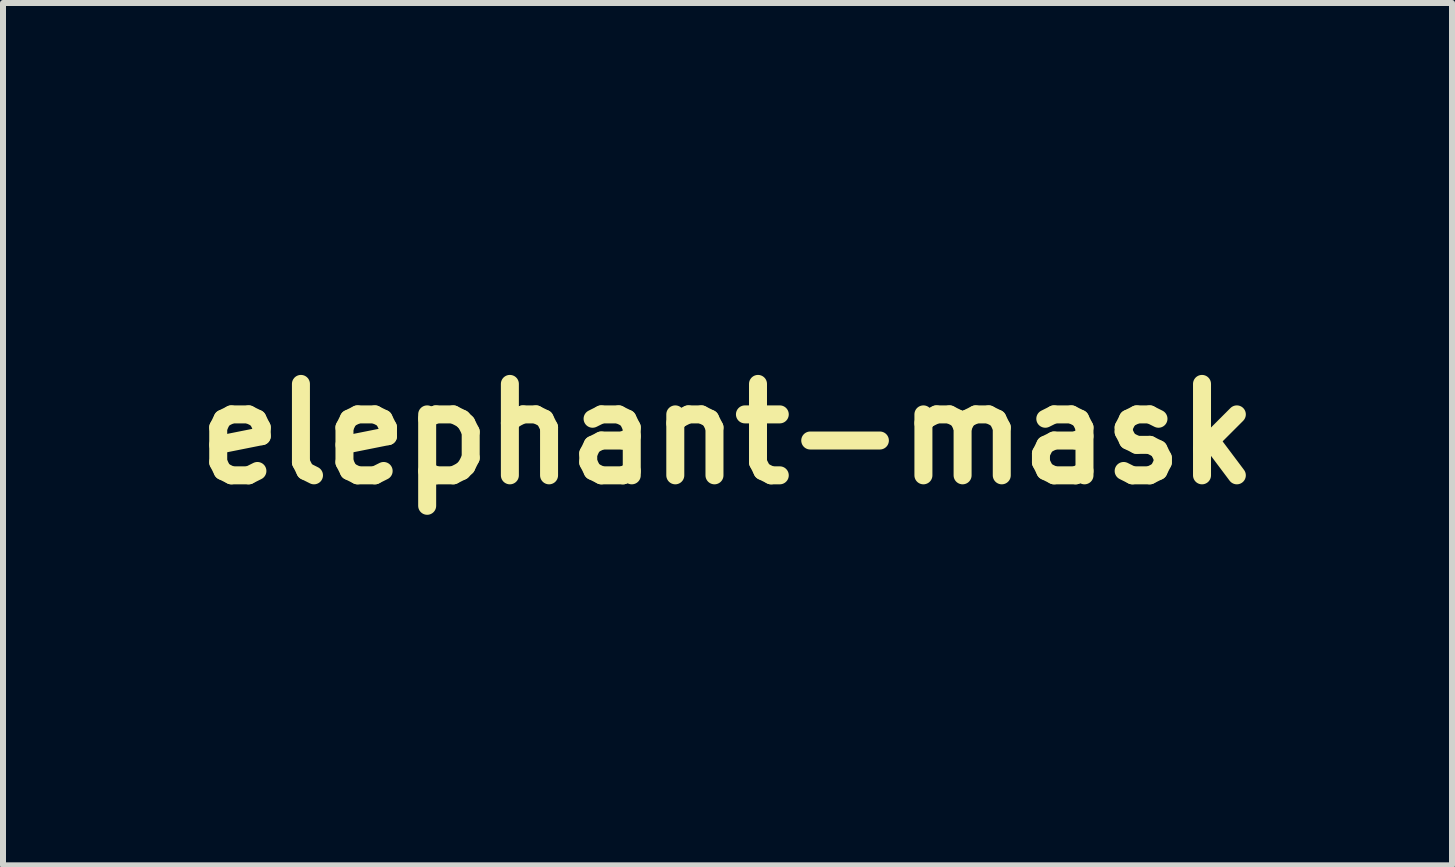
<source format=kicad_pcb>
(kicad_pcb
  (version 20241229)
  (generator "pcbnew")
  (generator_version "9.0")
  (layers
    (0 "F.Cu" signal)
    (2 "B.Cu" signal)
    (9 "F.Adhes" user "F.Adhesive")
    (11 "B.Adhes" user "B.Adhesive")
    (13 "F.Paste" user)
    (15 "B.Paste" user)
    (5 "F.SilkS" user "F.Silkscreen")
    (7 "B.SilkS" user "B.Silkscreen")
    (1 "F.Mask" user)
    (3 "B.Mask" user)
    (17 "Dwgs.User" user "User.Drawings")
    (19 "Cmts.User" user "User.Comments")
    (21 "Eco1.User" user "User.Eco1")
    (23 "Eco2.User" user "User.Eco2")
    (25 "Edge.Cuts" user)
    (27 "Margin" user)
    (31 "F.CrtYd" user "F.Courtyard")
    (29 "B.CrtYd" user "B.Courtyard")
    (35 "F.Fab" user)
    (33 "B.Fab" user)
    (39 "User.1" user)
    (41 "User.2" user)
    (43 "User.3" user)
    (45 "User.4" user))
  (footprint "elephant-mask"
    (layer "F.Cu")
    (at 9.079 4.185)
    (property "Reference" "elephant-mask" (at 0 0 0) (layer "F.SilkS") (effects (font (size 1.524 1.524) (thickness 0.3))))
    (attr through_hole)
    (fp_poly (pts (xy 1.705 0.682) (xy 1.801 0.739) (xy 1.855 0.795) (xy 1.89 0.849) (xy 1.909 0.902) (xy 1.915 0.971) (xy 1.916 1.005) (xy 1.912 1.086) (xy 1.899 1.143) (xy 1.87 1.194) (xy 1.855 1.216) (xy 1.773 1.293) (xy 1.673 1.34) (xy 1.566 1.357) (xy 1.461 1.339) (xy 1.397 1.307) (xy 1.301 1.22) (xy 1.242 1.12) (xy 1.221 1.013) (xy 1.237 0.905) (xy 1.291 0.803) (xy 1.382 0.714) (xy 1.397 0.704) (xy 1.493 0.662) (xy 1.599 0.656) (xy 1.705 0.682)) (stroke (width 0.01) (type solid)) (fill yes) (layer "F.Mask"))
    (fp_poly (pts (xy -1.387 0.679) (xy -1.289 0.737) (xy -1.222 0.807) (xy -1.173 0.905) (xy -1.16 1.01) (xy -1.179 1.113) (xy -1.226 1.206) (xy -1.297 1.283) (xy -1.389 1.335) (xy -1.497 1.354) (xy -1.501 1.354) (xy -1.577 1.347) (xy -1.648 1.33) (xy -1.664 1.324) (xy -1.718 1.289) (xy -1.775 1.236) (xy -1.791 1.216) (xy -1.827 1.162) (xy -1.845 1.109) (xy -1.852 1.039) (xy -1.852 1.005) (xy -1.849 0.925) (xy -1.835 0.868) (xy -1.807 0.817) (xy -1.791 0.795) (xy -1.705 0.713) (xy -1.604 0.667) (xy -1.495 0.655) (xy -1.387 0.679)) (stroke (width 0.01) (type solid)) (fill yes) (layer "F.Mask"))
    (fp_poly (pts (xy 0.161 -4.179) (xy 0.31 -4.176) (xy 0.435 -4.17) (xy 0.546 -4.158) (xy 0.651 -4.141) (xy 0.762 -4.117) (xy 0.885 -4.085) (xy 0.974 -4.061) (xy 1.296 -3.955) (xy 1.594 -3.827) (xy 1.877 -3.671) (xy 2.153 -3.484) (xy 2.429 -3.259) (xy 2.449 -3.242) (xy 2.636 -3.076) (xy 2.71 -3.103) (xy 2.798 -3.122) (xy 2.912 -3.13) (xy 3.036 -3.126) (xy 3.157 -3.11) (xy 3.204 -3.099) (xy 3.336 -3.057) (xy 3.461 -2.997) (xy 3.584 -2.919) (xy 3.706 -2.817) (xy 3.831 -2.689) (xy 3.963 -2.532) (xy 4.105 -2.343) (xy 4.261 -2.118) (xy 4.276 -2.095) (xy 4.343 -2) (xy 4.426 -1.885) (xy 4.515 -1.766) (xy 4.601 -1.657) (xy 4.605 -1.651) (xy 4.724 -1.499) (xy 4.821 -1.367) (xy 4.903 -1.244) (xy 4.977 -1.119) (xy 5.05 -0.982) (xy 5.101 -0.878) (xy 5.196 -0.668) (xy 5.271 -0.468) (xy 5.332 -0.26) (xy 5.378 -0.059) (xy 5.404 0.118) (xy 5.417 0.321) (xy 5.417 0.534) (xy 5.404 0.746) (xy 5.379 0.942) (xy 5.349 1.084) (xy 5.255 1.369) (xy 5.13 1.629) (xy 4.978 1.862) (xy 4.799 2.067) (xy 4.597 2.241) (xy 4.373 2.381) (xy 4.13 2.486) (xy 3.884 2.552) (xy 3.791 2.567) (xy 3.698 2.576) (xy 3.594 2.58) (xy 3.467 2.579) (xy 3.365 2.575) (xy 3.111 2.56) (xy 2.892 2.535) (xy 2.702 2.498) (xy 2.536 2.449) (xy 2.462 2.421) (xy 2.437 2.431) (xy 2.407 2.468) (xy 2.402 2.478) (xy 2.348 2.56) (xy 2.27 2.65) (xy 2.181 2.734) (xy 2.097 2.797) (xy 1.992 2.846) (xy 1.892 2.857) (xy 1.804 2.834) (xy 1.733 2.776) (xy 1.694 2.71) (xy 1.671 2.666) (xy 1.653 2.646) (xy 1.651 2.646) (xy 1.633 2.662) (xy 1.6 2.706) (xy 1.557 2.769) (xy 1.544 2.789) (xy 1.462 2.901) (xy 1.351 3.028) (xy 1.222 3.159) (xy 1.083 3.288) (xy 0.942 3.404) (xy 0.814 3.498) (xy 0.478 3.697) (xy 0.114 3.864) (xy -0.277 4) (xy -0.694 4.104) (xy -0.836 4.131) (xy -0.938 4.145) (xy -1.066 4.158) (xy -1.213 4.168) (xy -1.373 4.176) (xy -1.538 4.182) (xy -1.701 4.186) (xy -1.855 4.186) (xy -1.994 4.184) (xy -2.11 4.179) (xy -2.196 4.17) (xy -2.238 4.162) (xy -2.311 4.133) (xy -2.393 4.093) (xy -2.426 4.074) (xy -2.517 4.011) (xy -2.615 3.926) (xy -2.715 3.826) (xy -2.81 3.718) (xy -2.896 3.608) (xy -2.968 3.503) (xy -3.02 3.409) (xy -3.046 3.333) (xy -3.048 3.311) (xy -3.045 3.249) (xy -3.032 3.2) (xy -3.003 3.16) (xy -2.955 3.124) (xy -2.882 3.089) (xy -2.778 3.052) (xy -2.638 3.008) (xy -2.625 3.004) (xy -2.512 2.968) (xy -2.402 2.929) (xy -2.3 2.889) (xy -2.214 2.853) (xy -2.152 2.822) (xy -2.119 2.799) (xy -2.117 2.794) (xy -2.132 2.772) (xy -2.17 2.737) (xy -2.187 2.724) (xy -2.237 2.678) (xy -2.295 2.611) (xy -2.339 2.552) (xy -2.381 2.493) (xy -2.416 2.451) (xy -2.434 2.434) (xy -2.434 2.434) (xy -2.461 2.44) (xy -2.513 2.456) (xy -2.542 2.466) (xy -2.675 2.501) (xy -2.84 2.531) (xy -3.025 2.554) (xy -3.222 2.569) (xy -3.418 2.577) (xy -3.605 2.577) (xy -3.77 2.567) (xy -3.884 2.552) (xy -4.144 2.482) (xy -4.386 2.374) (xy -4.609 2.232) (xy -4.81 2.056) (xy -4.987 1.85) (xy -5.138 1.615) (xy -5.261 1.353) (xy -5.349 1.084) (xy -5.384 0.911) (xy -5.407 0.712) (xy -5.418 0.499) (xy -5.417 0.423) (xy -5.013 0.423) (xy -4.999 0.685) (xy -4.955 0.938) (xy -4.883 1.177) (xy -4.783 1.399) (xy -4.659 1.6) (xy -4.51 1.777) (xy -4.339 1.925) (xy -4.147 2.041) (xy -4.015 2.096) (xy -3.849 2.139) (xy -3.649 2.162) (xy -3.42 2.167) (xy -3.166 2.153) (xy -2.942 2.126) (xy -2.787 2.1) (xy -2.663 2.072) (xy -2.646 2.066) (xy -2.324 2.066) (xy -2.316 2.12) (xy -2.3 2.191) (xy -2.239 2.356) (xy -2.14 2.501) (xy -2.049 2.592) (xy -1.97 2.647) (xy -1.907 2.664) (xy -1.86 2.642) (xy -1.827 2.582) (xy -1.811 2.516) (xy -1.802 2.433) (xy -1.8 2.397) (xy -1.799 2.286) (xy -2.055 2.158) (xy -2.15 2.112) (xy -2.23 2.075) (xy -2.29 2.05) (xy -2.321 2.04) (xy -2.323 2.041) (xy -2.324 2.066) (xy -2.646 2.066) (xy -2.572 2.041) (xy -2.515 2.01) (xy -2.496 1.979) (xy -2.516 1.95) (xy -2.527 1.943) (xy -2.595 1.899) (xy -2.685 1.832) (xy -2.788 1.751) (xy -2.894 1.661) (xy -2.995 1.571) (xy -3.081 1.488) (xy -3.086 1.483) (xy -3.306 1.232) (xy -3.489 0.96) (xy -3.635 0.67) (xy -3.743 0.363) (xy -3.814 0.043) (xy -3.846 -0.29) (xy -3.842 -0.54) (xy -3.444 -0.54) (xy -3.442 -0.222) (xy -3.4 0.084) (xy -3.319 0.376) (xy -3.213 0.624) (xy -3.063 0.883) (xy -2.881 1.119) (xy -2.667 1.333) (xy -2.42 1.526) (xy -2.136 1.7) (xy -1.816 1.856) (xy -1.693 1.907) (xy -1.568 1.959) (xy -1.477 2.006) (xy -1.416 2.053) (xy -1.379 2.107) (xy -1.361 2.177) (xy -1.357 2.268) (xy -1.359 2.349) (xy -1.366 2.461) (xy -1.379 2.545) (xy -1.4 2.618) (xy -1.423 2.672) (xy -1.489 2.785) (xy -1.582 2.902) (xy -1.689 3.008) (xy -1.769 3.07) (xy -1.881 3.139) (xy -2.02 3.212) (xy -2.169 3.28) (xy -2.315 3.338) (xy -2.367 3.356) (xy -2.544 3.414) (xy -2.41 3.549) (xy -2.334 3.619) (xy -2.254 3.683) (xy -2.184 3.731) (xy -2.17 3.738) (xy -2.133 3.756) (xy -2.1 3.77) (xy -2.064 3.779) (xy -2.018 3.785) (xy -1.955 3.787) (xy -1.869 3.787) (xy -1.753 3.785) (xy -1.63 3.782) (xy -1.48 3.777) (xy -1.328 3.769) (xy -1.185 3.759) (xy -1.062 3.748) (xy -0.974 3.737) (xy -0.628 3.669) (xy -0.295 3.575) (xy 0.022 3.458) (xy 0.315 3.32) (xy 0.581 3.163) (xy 0.812 2.989) (xy 0.836 2.968) (xy 1.006 2.801) (xy 1.157 2.614) (xy 1.283 2.419) (xy 1.341 2.297) (xy 1.795 2.297) (xy 1.808 2.419) (xy 1.825 2.523) (xy 1.854 2.604) (xy 1.89 2.653) (xy 1.924 2.667) (xy 1.963 2.655) (xy 2.018 2.625) (xy 2.048 2.605) (xy 2.13 2.53) (xy 2.209 2.433) (xy 2.271 2.331) (xy 2.288 2.293) (xy 2.303 2.242) (xy 2.318 2.178) (xy 2.33 2.114) (xy 2.336 2.061) (xy 2.335 2.034) (xy 2.333 2.032) (xy 2.311 2.041) (xy 2.259 2.066) (xy 2.183 2.103) (xy 2.091 2.148) (xy 2.059 2.164) (xy 1.795 2.297) (xy 1.341 2.297) (xy 1.376 2.224) (xy 1.388 2.194) (xy 1.426 2.102) (xy 1.469 2.036) (xy 1.528 1.986) (xy 1.542 1.979) (xy 2.519 1.979) (xy 2.538 1.996) (xy 2.587 2.021) (xy 2.659 2.049) (xy 2.742 2.079) (xy 2.826 2.105) (xy 2.904 2.125) (xy 2.918 2.128) (xy 3.06 2.149) (xy 3.226 2.162) (xy 3.405 2.167) (xy 3.581 2.164) (xy 3.743 2.153) (xy 3.873 2.135) (xy 4.079 2.073) (xy 4.269 1.974) (xy 4.443 1.842) (xy 4.598 1.68) (xy 4.732 1.492) (xy 4.842 1.28) (xy 4.927 1.049) (xy 4.983 0.802) (xy 5.01 0.542) (xy 5.009 0.349) (xy 4.982 0.073) (xy 4.927 -0.194) (xy 4.842 -0.455) (xy 4.725 -0.716) (xy 4.575 -0.981) (xy 4.388 -1.255) (xy 4.255 -1.429) (xy 4.179 -1.527) (xy 4.089 -1.648) (xy 3.992 -1.782) (xy 3.897 -1.914) (xy 3.841 -1.996) (xy 3.759 -2.112) (xy 3.676 -2.225) (xy 3.597 -2.328) (xy 3.529 -2.411) (xy 3.486 -2.459) (xy 3.356 -2.57) (xy 3.211 -2.656) (xy 3.063 -2.712) (xy 3.019 -2.721) (xy 2.937 -2.736) (xy 3.043 -2.601) (xy 3.259 -2.297) (xy 3.445 -1.977) (xy 3.598 -1.648) (xy 3.716 -1.315) (xy 3.764 -1.132) (xy 3.827 -0.773) (xy 3.85 -0.422) (xy 3.832 -0.083) (xy 3.775 0.245) (xy 3.679 0.558) (xy 3.545 0.857) (xy 3.372 1.138) (xy 3.163 1.401) (xy 2.916 1.645) (xy 2.715 1.808) (xy 2.637 1.868) (xy 2.574 1.92) (xy 2.533 1.96) (xy 2.519 1.979) (xy 1.542 1.979) (xy 1.611 1.943) (xy 1.676 1.917) (xy 2 1.774) (xy 2.296 1.607) (xy 2.562 1.417) (xy 2.795 1.207) (xy 2.993 0.978) (xy 3.155 0.733) (xy 3.198 0.651) (xy 3.32 0.364) (xy 3.401 0.065) (xy 3.442 -0.246) (xy 3.443 -0.566) (xy 3.404 -0.893) (xy 3.332 -1.2) (xy 3.219 -1.518) (xy 3.067 -1.833) (xy 2.879 -2.141) (xy 2.657 -2.437) (xy 2.406 -2.718) (xy 2.127 -2.979) (xy 1.845 -3.202) (xy 1.564 -3.381) (xy 1.252 -3.531) (xy 0.913 -3.653) (xy 0.547 -3.744) (xy 0.519 -3.749) (xy 0.412 -3.764) (xy 0.275 -3.773) (xy 0.117 -3.778) (xy -0.051 -3.778) (xy -0.218 -3.774) (xy -0.373 -3.765) (xy -0.506 -3.752) (xy -0.579 -3.74) (xy -0.931 -3.65) (xy -1.265 -3.526) (xy -1.586 -3.364) (xy -1.899 -3.164) (xy -2.117 -2.997) (xy -2.379 -2.77) (xy -2.604 -2.544) (xy -2.796 -2.315) (xy -2.959 -2.076) (xy -3.097 -1.822) (xy -3.209 -1.564) (xy -3.327 -1.212) (xy -3.405 -0.87) (xy -3.444 -0.54) (xy -3.842 -0.54) (xy -3.84 -0.632) (xy -3.794 -0.983) (xy -3.747 -1.196) (xy -3.703 -1.353) (xy -3.649 -1.523) (xy -3.587 -1.694) (xy -3.524 -1.856) (xy -3.462 -1.998) (xy -3.414 -2.093) (xy -3.358 -2.188) (xy -3.286 -2.303) (xy -3.204 -2.425) (xy -3.124 -2.541) (xy -3.053 -2.638) (xy -3.033 -2.663) (xy -2.977 -2.733) (xy -3.039 -2.719) (xy -3.091 -2.703) (xy -3.164 -2.675) (xy -3.231 -2.646) (xy -3.315 -2.6) (xy -3.399 -2.538) (xy -3.487 -2.455) (xy -3.581 -2.348) (xy -3.687 -2.212) (xy -3.808 -2.044) (xy -3.841 -1.996) (xy -3.929 -1.87) (xy -4.025 -1.735) (xy -4.121 -1.605) (xy -4.207 -1.49) (xy -4.255 -1.429) (xy -4.431 -1.197) (xy -4.576 -0.983) (xy -4.696 -0.778) (xy -4.793 -0.574) (xy -4.873 -0.364) (xy -4.939 -0.139) (xy -4.944 -0.116) (xy -4.996 0.154) (xy -5.013 0.423) (xy -5.417 0.423) (xy -5.416 0.286) (xy -5.4 0.087) (xy -5.378 -0.059) (xy -5.324 -0.289) (xy -5.262 -0.496) (xy -5.185 -0.696) (xy -5.101 -0.878) (xy -5.025 -1.031) (xy -4.952 -1.163) (xy -4.877 -1.286) (xy -4.79 -1.41) (xy -4.687 -1.548) (xy -4.605 -1.651) (xy -4.52 -1.76) (xy -4.431 -1.879) (xy -4.347 -1.994) (xy -4.279 -2.091) (xy -4.276 -2.095) (xy -4.119 -2.323) (xy -3.976 -2.516) (xy -3.843 -2.676) (xy -3.717 -2.806) (xy -3.595 -2.91) (xy -3.473 -2.991) (xy -3.348 -3.052) (xy -3.216 -3.096) (xy -3.204 -3.099) (xy -3.072 -3.123) (xy -2.935 -3.132) (xy -2.807 -3.124) (xy -2.727 -3.108) (xy -2.676 -3.095) (xy -2.641 -3.098) (xy -2.604 -3.122) (xy -2.566 -3.158) (xy -2.342 -3.351) (xy -2.086 -3.536) (xy -1.811 -3.707) (xy -1.526 -3.856) (xy -1.243 -3.978) (xy -1.125 -4.02) (xy -0.965 -4.07) (xy -0.823 -4.109) (xy -0.69 -4.138) (xy -0.555 -4.158) (xy -0.408 -4.171) (xy -0.24 -4.178) (xy -0.04 -4.18) (xy -0.021 -4.18) (xy 0.161 -4.179)) (stroke (width 0.01) (type solid)) (fill yes) (layer "F.Mask")))
  (gr_rect
    (start -3 -3)
    (end 21.157 11.376)
    (stroke (width 0.1) (type default))
    (fill no)
    (layer "Edge.Cuts")))
</source>
